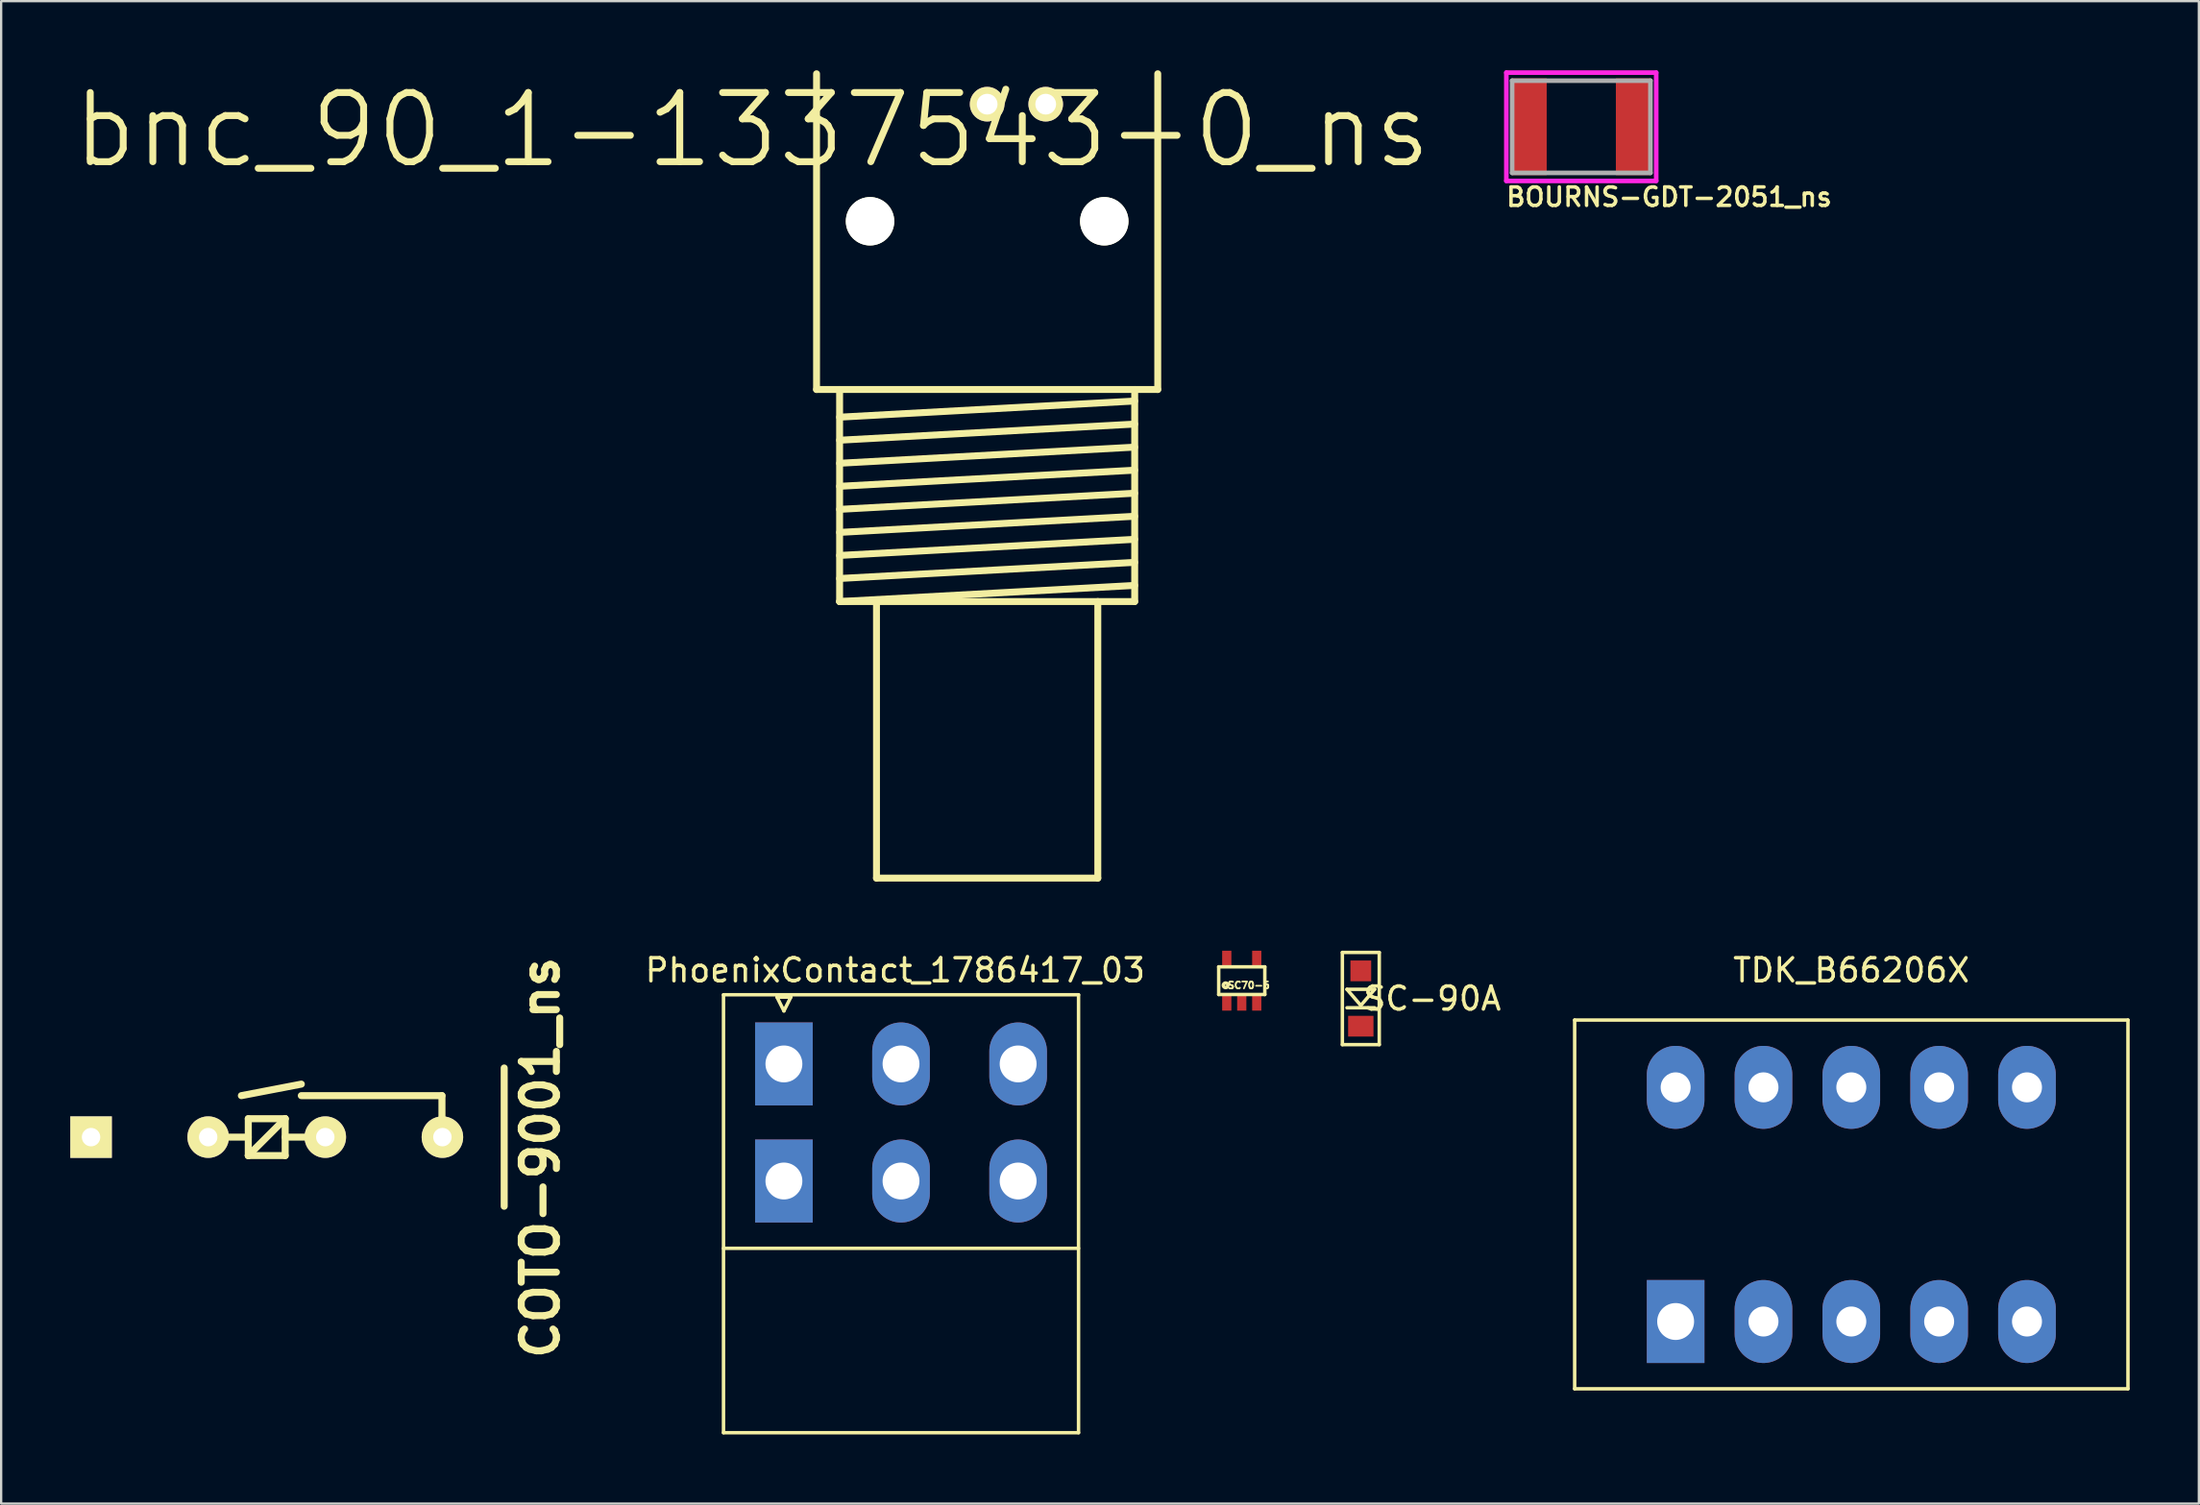
<source format=kicad_pcb>
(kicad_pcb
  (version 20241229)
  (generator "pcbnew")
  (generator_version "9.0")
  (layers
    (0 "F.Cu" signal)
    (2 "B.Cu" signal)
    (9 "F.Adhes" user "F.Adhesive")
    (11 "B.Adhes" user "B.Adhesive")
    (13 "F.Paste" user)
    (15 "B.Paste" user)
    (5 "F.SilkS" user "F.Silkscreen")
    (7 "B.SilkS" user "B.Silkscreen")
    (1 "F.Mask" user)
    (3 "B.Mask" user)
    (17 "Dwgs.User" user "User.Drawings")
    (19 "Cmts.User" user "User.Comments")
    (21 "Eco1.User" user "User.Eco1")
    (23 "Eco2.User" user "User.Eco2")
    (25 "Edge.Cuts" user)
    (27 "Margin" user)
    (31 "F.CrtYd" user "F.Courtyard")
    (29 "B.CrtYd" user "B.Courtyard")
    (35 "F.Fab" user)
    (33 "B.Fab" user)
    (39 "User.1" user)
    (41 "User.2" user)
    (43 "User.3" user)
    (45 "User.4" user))
  (footprint "bnc_90_1-1337543-0_ns"
    (layer "F.Cu")
    (at 39.769 13.85)
    (property "Reference" "bnc_90_1-1337543-0_ns" (at -10.19 -11.258 0) (layer "F.SilkS") (effects (font (size 3 3) (thickness 0.3))))
    (attr through_hole)
    (fp_line (start -7.4 -13.7) (end -7.4 0) (stroke (width 0.3) (type solid)) (layer "F.SilkS"))
    (fp_line (start -7.4 0) (end 7.4 0) (stroke (width 0.3) (type solid)) (layer "F.SilkS"))
    (fp_line (start -6.4 1.2) (end 6.4 0.5) (stroke (width 0.3) (type solid)) (layer "F.SilkS"))
    (fp_line (start -6.4 2.2) (end 6.4 1.5) (stroke (width 0.3) (type solid)) (layer "F.SilkS"))
    (fp_line (start -6.4 3.2) (end 6.4 2.5) (stroke (width 0.3) (type solid)) (layer "F.SilkS"))
    (fp_line (start -6.4 4.2) (end 6.4 3.5) (stroke (width 0.3) (type solid)) (layer "F.SilkS"))
    (fp_line (start -6.4 5.2) (end 6.4 4.5) (stroke (width 0.3) (type solid)) (layer "F.SilkS"))
    (fp_line (start -6.4 6.2) (end 6.4 5.5) (stroke (width 0.3) (type solid)) (layer "F.SilkS"))
    (fp_line (start -6.4 7.2) (end 6.4 6.5) (stroke (width 0.3) (type solid)) (layer "F.SilkS"))
    (fp_line (start -6.4 8.2) (end 6.4 7.5) (stroke (width 0.3) (type solid)) (layer "F.SilkS"))
    (fp_line (start -6.4 9.2) (end -6.4 0) (stroke (width 0.3) (type solid)) (layer "F.SilkS"))
    (fp_line (start -6.4 9.2) (end 6.4 8.5) (stroke (width 0.3) (type solid)) (layer "F.SilkS"))
    (fp_line (start -6.4 9.2) (end 6.4 9.2) (stroke (width 0.3) (type solid)) (layer "F.SilkS"))
    (fp_line (start -4.8 21.2) (end -4.8 9.2) (stroke (width 0.3) (type solid)) (layer "F.SilkS"))
    (fp_line (start -4.8 21.2) (end 4.8 21.2) (stroke (width 0.3) (type solid)) (layer "F.SilkS"))
    (fp_line (start 4.8 21.2) (end 4.8 9.2) (stroke (width 0.3) (type solid)) (layer "F.SilkS"))
    (fp_line (start 6.4 9.2) (end 6.4 0) (stroke (width 0.3) (type solid)) (layer "F.SilkS"))
    (fp_line (start 7.4 0) (end 7.4 -13.7) (stroke (width 0.3) (type solid)) (layer "F.SilkS"))
    (pad "" np_thru_hole circle (at -5.08 -7.3) (size 2.1 2.1) (drill 2.1) (layers "*.Cu" "*.Mask" "F.SilkS"))
    (pad "" np_thru_hole circle (at 5.08 -7.3) (size 2.1 2.1) (drill 2.1) (layers "*.Cu" "*.Mask" "F.SilkS"))
    (pad "1" thru_hole circle (at 0 -12.38) (size 1.5 1.5) (drill 0.9) (layers "*.Cu" "*.Mask" "F.SilkS"))
    (pad "2" thru_hole circle (at 2.54 -12.38) (size 1.5 1.5) (drill 0.9) (layers "*.Cu" "*.Mask" "F.SilkS")))
  (footprint "SC-90A"
    (layer "F.Cu")
    (at 55.977 40.275)
    (property "Reference" "SC-90A" (at 3.1 0 0) (layer "F.SilkS") (effects (font (size 1 1) (thickness 0.15))))
    (attr through_hole)
    (fp_line (start -0.8 -2) (end -0.8 2) (stroke (width 0.15) (type solid)) (layer "F.SilkS"))
    (fp_line (start -0.8 2) (end 0.8 2) (stroke (width 0.15) (type solid)) (layer "F.SilkS"))
    (fp_line (start -0.6 -0.4) (end 0.6 -0.4) (stroke (width 0.15) (type solid)) (layer "F.SilkS"))
    (fp_line (start -0.6 0.4) (end 0.6 0.4) (stroke (width 0.15) (type solid)) (layer "F.SilkS"))
    (fp_line (start 0 0.3) (end -0.6 -0.4) (stroke (width 0.15) (type solid)) (layer "F.SilkS"))
    (fp_line (start 0.6 -0.4) (end 0 0.3) (stroke (width 0.15) (type solid)) (layer "F.SilkS"))
    (fp_line (start 0.8 -2) (end -0.8 -2) (stroke (width 0.15) (type solid)) (layer "F.SilkS"))
    (fp_line (start 0.8 2) (end 0.8 -2) (stroke (width 0.15) (type solid)) (layer "F.SilkS"))
    (pad "1" smd rect (at 0 1.2) (size 1.1 0.9) (layers "F.Cu" "F.Mask" "F.Paste"))
    (pad "2" smd rect (at 0 -1.2) (size 0.9 0.9) (layers "F.Cu" "F.Mask" "F.Paste")))
  (footprint "BOURNS-GDT-2051_ns"
    (layer "F.Cu")
    (at 65.54 2.45)
    (property "Reference" "BOURNS-GDT-2051_ns" (at 3.81 3.048 0) (layer "F.SilkS") (effects (font (size 0.8 0.8) (thickness 0.15))))
    (attr smd)
    (fp_line (start -3.25 -2.35) (end 3.25 -2.35) (stroke (width 0.2) (type solid)) (layer "F.CrtYd"))
    (fp_line (start -3.25 2.35) (end -3.25 -2.35) (stroke (width 0.2) (type solid)) (layer "F.CrtYd"))
    (fp_line (start 3.25 -2.35) (end 3.25 2.35) (stroke (width 0.2) (type solid)) (layer "F.CrtYd"))
    (fp_line (start 3.25 2.35) (end -3.25 2.35) (stroke (width 0.2) (type solid)) (layer "F.CrtYd"))
    (fp_line (start -3 -2) (end 3 -2) (stroke (width 0.2) (type solid)) (layer "F.Fab"))
    (fp_line (start -3 2) (end -3 -2) (stroke (width 0.2) (type solid)) (layer "F.Fab"))
    (fp_line (start 3 -2) (end 3 2) (stroke (width 0.2) (type solid)) (layer "F.Fab"))
    (fp_line (start 3 2) (end -3 2) (stroke (width 0.2) (type solid)) (layer "F.Fab"))
    (pad "1" smd rect (at -2.25 0) (size 1.5 4.2) (layers "F.Cu" "F.Mask" "F.Paste"))
    (pad "2" smd rect (at 2.25 0) (size 1.5 4.2) (layers "F.Cu" "F.Mask" "F.Paste")))
  (footprint "COTO-9001_ns"
    (layer "F.Cu")
    (at 8.52 46.288)
    (property "Reference" "COTO-9001_ns" (at 11.874 0.889 90) (layer "F.SilkS") (effects (font (size 1.524 1.524) (thickness 0.305))))
    (attr through_hole)
    (fp_line (start -2.5 0) (end -0.8 0) (stroke (width 0.305) (type solid)) (layer "F.SilkS"))
    (fp_line (start -1.1 -1.8) (end 1.5 -2.3) (stroke (width 0.305) (type solid)) (layer "F.SilkS"))
    (fp_line (start -0.8 -0.8) (end 0.8 -0.8) (stroke (width 0.305) (type solid)) (layer "F.SilkS"))
    (fp_line (start -0.8 0.8) (end -0.8 -0.8) (stroke (width 0.305) (type solid)) (layer "F.SilkS"))
    (fp_line (start -0.8 0.8) (end 0.8 -0.8) (stroke (width 0.305) (type solid)) (layer "F.SilkS"))
    (fp_line (start -0.8 0.8) (end 0.8 0.8) (stroke (width 0.305) (type solid)) (layer "F.SilkS"))
    (fp_line (start 0.8 -0.8) (end 0.8 0.8) (stroke (width 0.305) (type solid)) (layer "F.SilkS"))
    (fp_line (start 0.8 0) (end 2.5 0) (stroke (width 0.305) (type solid)) (layer "F.SilkS"))
    (fp_line (start 1.5 -1.8) (end 7.6 -1.8) (stroke (width 0.305) (type solid)) (layer "F.SilkS"))
    (fp_line (start 7.6 -1.8) (end 7.6 0) (stroke (width 0.305) (type solid)) (layer "F.SilkS"))
    (fp_line (start 10.3 -3) (end 10.3 3) (stroke (width 0.305) (type solid)) (layer "F.SilkS"))
    (pad "1" thru_hole rect (at -7.62 0) (size 1.8 1.8) (drill 0.8) (layers "*.Cu" "*.Mask" "F.SilkS"))
    (pad "2" thru_hole circle (at -2.54 0) (size 1.8 1.8) (drill 0.8) (layers "*.Cu" "*.Mask" "F.SilkS"))
    (pad "3" thru_hole circle (at 2.54 0) (size 1.8 1.8) (drill 0.8) (layers "*.Cu" "*.Mask" "F.SilkS"))
    (pad "4" thru_hole circle (at 7.62 0) (size 1.8 1.8) (drill 0.8) (layers "*.Cu" "*.Mask" "F.SilkS")))
  (footprint "PhoenixContact_1786417_03"
    (layer "F.Cu")
    (at 30.953 43.112)
    (property "Reference" "PhoenixContact_1786417_03" (at 4.826 -4.064 0) (layer "F.SilkS") (effects (font (size 1 1) (thickness 0.15))))
    (attr through_hole)
    (fp_line (start -2.62 -3) (end -2.62 16) (stroke (width 0.15) (type solid)) (layer "F.SilkS"))
    (fp_line (start -2.62 -3) (end 12.78 -3) (stroke (width 0.15) (type solid)) (layer "F.SilkS"))
    (fp_line (start -2.62 8) (end 12.78 8) (stroke (width 0.15) (type solid)) (layer "F.SilkS"))
    (fp_line (start -2.62 16) (end 12.78 16) (stroke (width 0.15) (type solid)) (layer "F.SilkS"))
    (fp_line (start -0.3 -2.9) (end 0 -2.3) (stroke (width 0.15) (type solid)) (layer "F.SilkS"))
    (fp_line (start 0 -2.3) (end 0.3 -2.9) (stroke (width 0.15) (type solid)) (layer "F.SilkS"))
    (fp_line (start 0.3 -2.9) (end -0.3 -2.9) (stroke (width 0.15) (type solid)) (layer "F.SilkS"))
    (fp_line (start 12.78 16) (end 12.78 -3) (stroke (width 0.15) (type solid)) (layer "F.SilkS"))
    (pad "1" thru_hole rect (at 0 0) (size 2.5 3.6) (drill 1.6) (layers "*.Cu" "*.Mask"))
    (pad "1" thru_hole rect (at 0 5.08) (size 2.5 3.6) (drill 1.6) (layers "*.Cu" "*.Mask"))
    (pad "2" thru_hole oval (at 5.08 0) (size 2.5 3.6) (drill 1.6) (layers "*.Cu" "*.Mask"))
    (pad "2" thru_hole oval (at 5.08 5.08) (size 2.5 3.6) (drill 1.6) (layers "*.Cu" "*.Mask"))
    (pad "3" thru_hole oval (at 10.16 0) (size 2.5 3.6) (drill 1.6) (layers "*.Cu" "*.Mask"))
    (pad "3" thru_hole oval (at 10.16 5.08) (size 2.5 3.6) (drill 1.6) (layers "*.Cu" "*.Mask")))
  (footprint "SC70-5"
    (layer "F.Cu")
    (at 50.813 39.5)
    (property "Reference" "SC70-5" (at 0.3 0.2 0) (layer "F.SilkS") (effects (font (size 0.3 0.3) (thickness 0.075))))
    (attr through_hole)
    (fp_line (start -1 -0.6) (end 1 -0.6) (stroke (width 0.15) (type solid)) (layer "F.SilkS"))
    (fp_line (start -1 0.6) (end -1 -0.6) (stroke (width 0.15) (type solid)) (layer "F.SilkS"))
    (fp_line (start 1 -0.6) (end 1 0.6) (stroke (width 0.15) (type solid)) (layer "F.SilkS"))
    (fp_line (start 1 0.6) (end -1 0.6) (stroke (width 0.15) (type solid)) (layer "F.SilkS"))
    (fp_circle (center -0.7 0.2) (end -0.7 0.3) (stroke (width 0.15) (type solid)) (fill no) (layer "F.SilkS"))
    (pad "1" smd rect (at -0.65 0.95) (size 0.4 0.7) (layers "F.Cu" "F.Mask" "F.Paste"))
    (pad "2" smd rect (at 0 0.95) (size 0.4 0.7) (layers "F.Cu" "F.Mask" "F.Paste"))
    (pad "3" smd rect (at 0.65 0.95) (size 0.4 0.7) (layers "F.Cu" "F.Mask" "F.Paste"))
    (pad "4" smd rect (at 0.65 -0.95) (size 0.4 0.7) (layers "F.Cu" "F.Mask" "F.Paste"))
    (pad "5" smd rect (at -0.65 -0.95) (size 0.4 0.7) (layers "F.Cu" "F.Mask" "F.Paste")))
  (footprint "TDK_B66206X"
    (layer "F.Cu")
    (at 69.633 44.128)
    (property "Reference" "TDK_B66206X" (at 7.62 -5.08 0) (layer "F.SilkS") (effects (font (size 1 1) (thickness 0.15))))
    (attr through_hole)
    (fp_line (start -4.38 -2.92) (end -4.38 13.08) (stroke (width 0.15) (type solid)) (layer "F.SilkS"))
    (fp_line (start -4.38 -2.92) (end 19.62 -2.92) (stroke (width 0.15) (type solid)) (layer "F.SilkS"))
    (fp_line (start -4.38 13.08) (end 19.62 13.08) (stroke (width 0.15) (type solid)) (layer "F.SilkS"))
    (fp_line (start 19.62 13.08) (end 19.62 -2.92) (stroke (width 0.15) (type solid)) (layer "F.SilkS"))
    (pad "1" thru_hole rect (at 0 10.16) (size 2.5 3.6) (drill 1.6) (layers "*.Cu" "*.Mask"))
    (pad "2" thru_hole oval (at 3.81 10.16) (size 2.5 3.6) (drill 1.3) (layers "*.Cu" "*.Mask"))
    (pad "3" thru_hole oval (at 7.62 10.16) (size 2.5 3.6) (drill 1.3) (layers "*.Cu" "*.Mask"))
    (pad "4" thru_hole oval (at 11.43 10.16) (size 2.5 3.6) (drill 1.3) (layers "*.Cu" "*.Mask"))
    (pad "5" thru_hole oval (at 15.24 10.16) (size 2.5 3.6) (drill 1.3) (layers "*.Cu" "*.Mask"))
    (pad "6" thru_hole oval (at 15.24 0) (size 2.5 3.6) (drill 1.3) (layers "*.Cu" "*.Mask"))
    (pad "7" thru_hole oval (at 11.43 0) (size 2.5 3.6) (drill 1.3) (layers "*.Cu" "*.Mask"))
    (pad "8" thru_hole oval (at 7.62 0) (size 2.5 3.6) (drill 1.3) (layers "*.Cu" "*.Mask"))
    (pad "9" thru_hole oval (at 3.81 0) (size 2.5 3.6) (drill 1.3) (layers "*.Cu" "*.Mask"))
    (pad "10" thru_hole oval (at 0 0) (size 2.5 3.6) (drill 1.3) (layers "*.Cu" "*.Mask")))
  (gr_rect
    (start -3 -3)
    (end 92.328 62.187)
    (stroke (width 0.1) (type default))
    (fill no)
    (layer "Edge.Cuts")))
</source>
